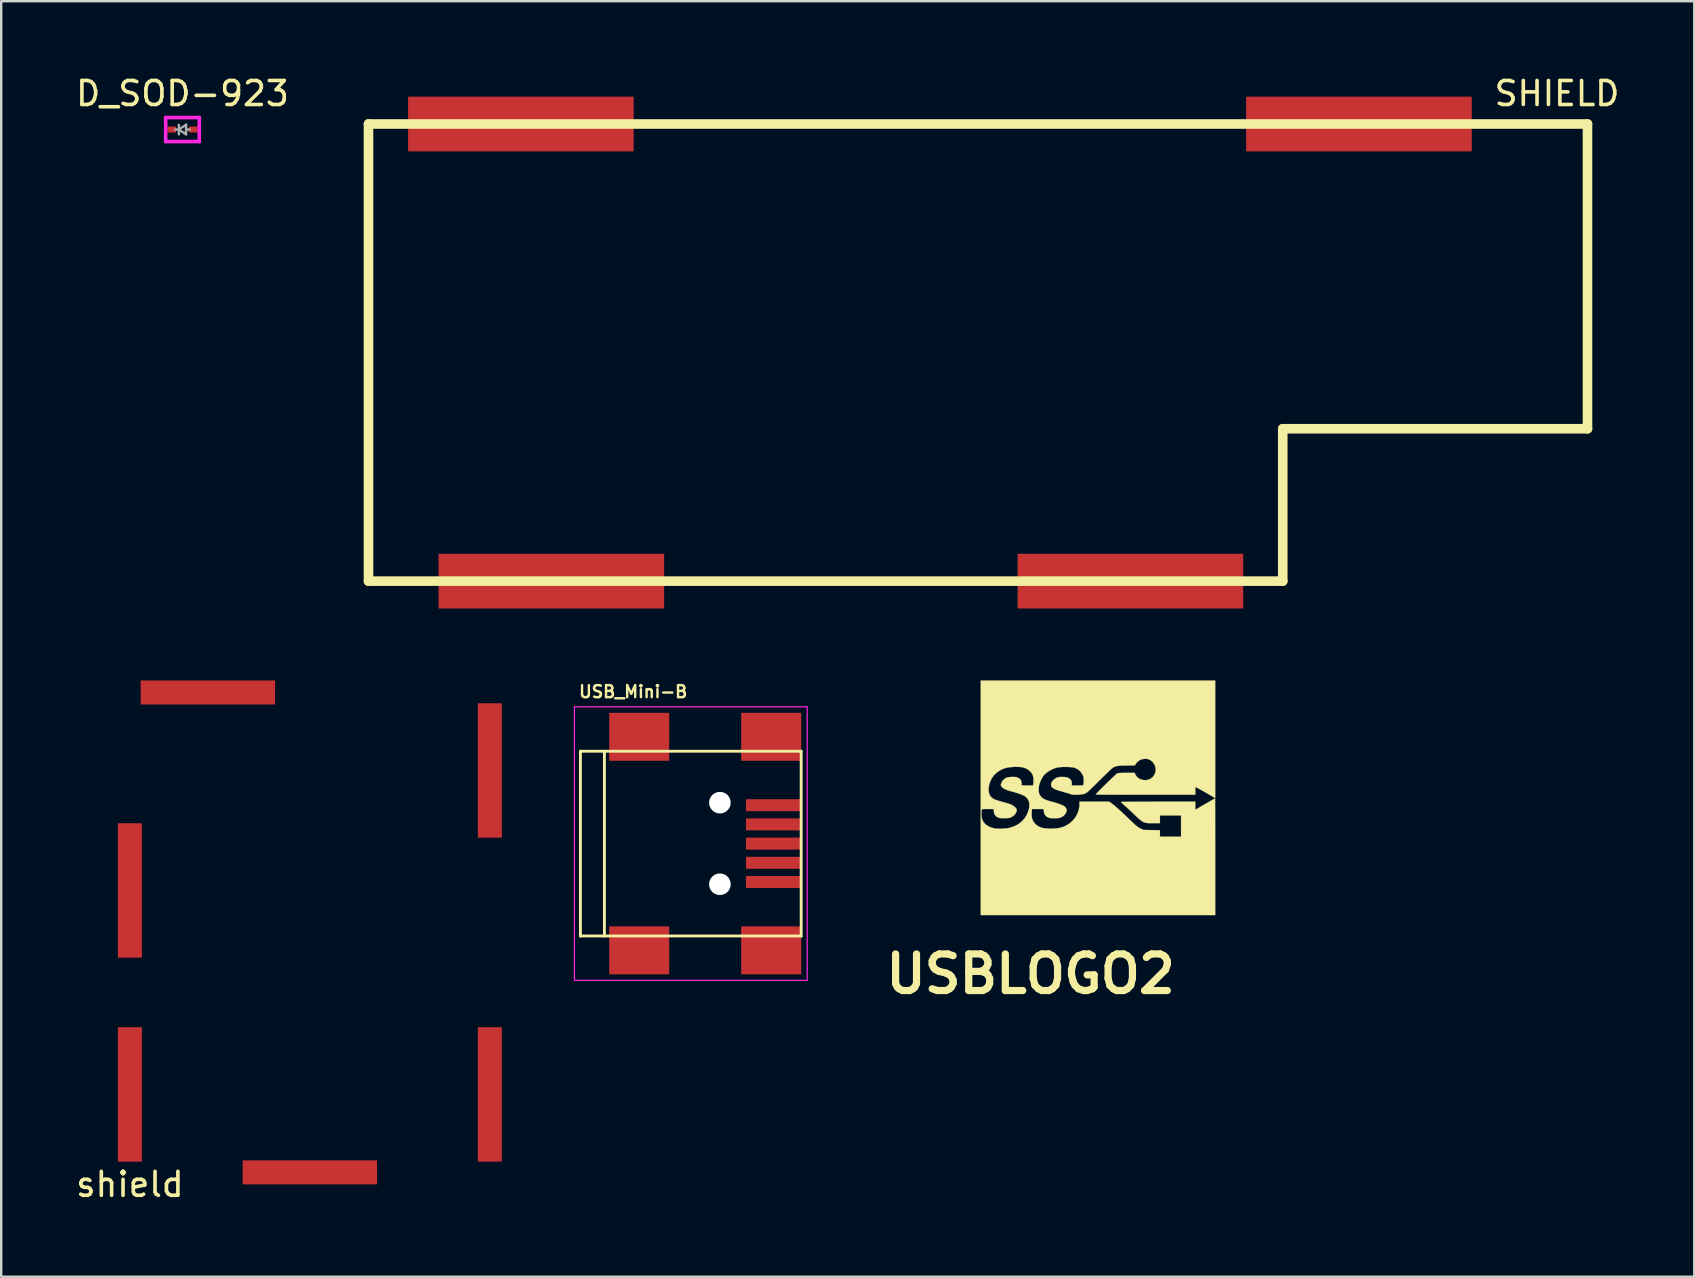
<source format=kicad_pcb>
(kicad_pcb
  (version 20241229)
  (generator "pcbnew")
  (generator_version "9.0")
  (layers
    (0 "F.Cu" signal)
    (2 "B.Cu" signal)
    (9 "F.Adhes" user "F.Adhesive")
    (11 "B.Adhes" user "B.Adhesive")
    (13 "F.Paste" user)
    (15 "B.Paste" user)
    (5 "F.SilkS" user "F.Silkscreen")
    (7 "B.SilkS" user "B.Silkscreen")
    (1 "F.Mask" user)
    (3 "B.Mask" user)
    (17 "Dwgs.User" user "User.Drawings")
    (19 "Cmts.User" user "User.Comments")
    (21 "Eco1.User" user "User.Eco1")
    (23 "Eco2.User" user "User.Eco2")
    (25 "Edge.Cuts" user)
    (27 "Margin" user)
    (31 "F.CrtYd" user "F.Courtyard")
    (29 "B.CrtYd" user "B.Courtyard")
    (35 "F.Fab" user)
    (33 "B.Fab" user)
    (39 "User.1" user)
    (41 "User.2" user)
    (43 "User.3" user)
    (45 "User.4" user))
  (footprint "USBLOGO2"
    (layer "F.Cu")
    (at 42.698 30.19)
    (property "Reference" "USBLOGO2" (at -2.8 7.35 0) (layer "F.SilkS") (effects (font (size 1.524 1.524) (thickness 0.3))))
    (attr through_hole)
    (fp_poly (pts (xy 4.894 0.02) (xy 4.83 -0.018) (xy 4.712 -0.087) (xy 4.594 -0.156) (xy 4.48 -0.223) (xy 4.372 -0.284) (xy 4.276 -0.338) (xy 4.195 -0.383) (xy 4.132 -0.416) (xy 4.092 -0.436) (xy 4.079 -0.44) (xy 4.072 -0.425) (xy 4.067 -0.382) (xy 4.064 -0.321) (xy 4.064 -0.279) (xy 4.064 -0.119) (xy 1.99 -0.119) (xy 1.728 -0.119) (xy 1.475 -0.119) (xy 1.234 -0.119) (xy 1.007 -0.12) (xy 0.796 -0.121) (xy 0.602 -0.122) (xy 0.428 -0.123) (xy 0.276 -0.125) (xy 0.148 -0.126) (xy 0.046 -0.127) (xy -0.028 -0.129) (xy -0.072 -0.131) (xy -0.085 -0.132) (xy -0.073 -0.149) (xy -0.04 -0.186) (xy 0.011 -0.239) (xy 0.077 -0.306) (xy 0.154 -0.384) (xy 0.239 -0.468) (xy 0.329 -0.557) (xy 0.42 -0.645) (xy 0.51 -0.732) (xy 0.594 -0.812) (xy 0.67 -0.884) (xy 0.733 -0.943) (xy 0.782 -0.986) (xy 0.812 -1.011) (xy 0.819 -1.015) (xy 0.852 -1.021) (xy 0.912 -1.026) (xy 0.996 -1.03) (xy 1.097 -1.032) (xy 1.201 -1.033) (xy 1.537 -1.033) (xy 1.559 -0.979) (xy 1.615 -0.886) (xy 1.692 -0.814) (xy 1.786 -0.763) (xy 1.89 -0.734) (xy 1.998 -0.728) (xy 2.105 -0.746) (xy 2.204 -0.79) (xy 2.283 -0.852) (xy 2.357 -0.949) (xy 2.4 -1.055) (xy 2.415 -1.166) (xy 2.402 -1.277) (xy 2.362 -1.381) (xy 2.296 -1.475) (xy 2.204 -1.554) (xy 2.161 -1.579) (xy 2.072 -1.61) (xy 1.968 -1.618) (xy 1.863 -1.605) (xy 1.768 -1.571) (xy 1.768 -1.571) (xy 1.697 -1.526) (xy 1.634 -1.47) (xy 1.587 -1.412) (xy 1.567 -1.373) (xy 1.562 -1.361) (xy 1.552 -1.352) (xy 1.533 -1.346) (xy 1.5 -1.342) (xy 1.449 -1.339) (xy 1.375 -1.338) (xy 1.274 -1.338) (xy 1.222 -1.338) (xy 1.072 -1.336) (xy 0.952 -1.332) (xy 0.855 -1.323) (xy 0.777 -1.309) (xy 0.712 -1.289) (xy 0.656 -1.263) (xy 0.618 -1.24) (xy 0.591 -1.217) (xy 0.543 -1.174) (xy 0.477 -1.113) (xy 0.397 -1.037) (xy 0.306 -0.948) (xy 0.207 -0.851) (xy 0.102 -0.748) (xy 0.102 -0.748) (xy -0.003 -0.644) (xy -0.102 -0.546) (xy -0.194 -0.456) (xy -0.274 -0.378) (xy -0.34 -0.315) (xy -0.389 -0.269) (xy -0.416 -0.244) (xy -0.473 -0.201) (xy -0.529 -0.17) (xy -0.592 -0.149) (xy -0.669 -0.135) (xy -0.769 -0.126) (xy -0.828 -0.123) (xy -0.919 -0.12) (xy -0.985 -0.119) (xy -1.036 -0.123) (xy -1.081 -0.131) (xy -1.128 -0.145) (xy -1.165 -0.159) (xy -1.233 -0.181) (xy -1.322 -0.208) (xy -1.418 -0.235) (xy -1.493 -0.255) (xy -1.627 -0.293) (xy -1.741 -0.333) (xy -1.832 -0.376) (xy -1.895 -0.417) (xy -1.921 -0.444) (xy -1.947 -0.508) (xy -1.944 -0.58) (xy -1.915 -0.653) (xy -1.863 -0.723) (xy -1.79 -0.784) (xy -1.743 -0.811) (xy -1.69 -0.836) (xy -1.644 -0.852) (xy -1.597 -0.86) (xy -1.534 -0.863) (xy -1.475 -0.863) (xy -1.361 -0.858) (xy -1.273 -0.842) (xy -1.204 -0.811) (xy -1.147 -0.765) (xy -1.13 -0.746) (xy -1.101 -0.704) (xy -1.087 -0.66) (xy -1.084 -0.6) (xy -1.084 -0.508) (xy -0.61 -0.508) (xy -0.598 -0.555) (xy -0.592 -0.594) (xy -0.588 -0.655) (xy -0.586 -0.725) (xy -0.586 -0.732) (xy -0.588 -0.807) (xy -0.597 -0.863) (xy -0.616 -0.917) (xy -0.645 -0.977) (xy -0.719 -1.086) (xy -0.817 -1.172) (xy -0.94 -1.235) (xy -0.982 -1.249) (xy -1.044 -1.262) (xy -1.132 -1.271) (xy -1.237 -1.277) (xy -1.349 -1.279) (xy -1.461 -1.277) (xy -1.565 -1.271) (xy -1.651 -1.261) (xy -1.684 -1.255) (xy -1.841 -1.206) (xy -1.993 -1.132) (xy -2.131 -1.039) (xy -2.239 -0.94) (xy -2.284 -0.879) (xy -2.333 -0.797) (xy -2.379 -0.703) (xy -2.417 -0.611) (xy -2.431 -0.567) (xy -2.453 -0.468) (xy -2.462 -0.363) (xy -2.459 -0.262) (xy -2.445 -0.176) (xy -2.427 -0.127) (xy -2.379 -0.054) (xy -2.32 0.006) (xy -2.243 0.057) (xy -2.143 0.101) (xy -2.015 0.143) (xy -1.981 0.152) (xy -1.823 0.196) (xy -1.695 0.234) (xy -1.593 0.268) (xy -1.511 0.299) (xy -1.447 0.33) (xy -1.396 0.362) (xy -1.355 0.396) (xy -1.33 0.422) (xy -1.3 0.479) (xy -1.297 0.548) (xy -1.318 0.621) (xy -1.36 0.693) (xy -1.422 0.757) (xy -1.446 0.774) (xy -1.514 0.815) (xy -1.583 0.842) (xy -1.66 0.857) (xy -1.755 0.862) (xy -1.846 0.861) (xy -1.929 0.857) (xy -1.989 0.851) (xy -2.033 0.841) (xy -2.072 0.826) (xy -2.104 0.808) (xy -2.172 0.757) (xy -2.216 0.695) (xy -2.241 0.614) (xy -2.247 0.565) (xy -2.257 0.474) (xy -2.741 0.474) (xy -2.752 0.586) (xy -2.757 0.74) (xy -2.736 0.873) (xy -2.688 0.988) (xy -2.63 1.067) (xy -2.55 1.144) (xy -2.465 1.203) (xy -2.367 1.245) (xy -2.252 1.273) (xy -2.115 1.288) (xy -1.956 1.293) (xy -1.798 1.288) (xy -1.665 1.275) (xy -1.547 1.252) (xy -1.436 1.216) (xy -1.329 1.169) (xy -1.178 1.077) (xy -1.046 0.962) (xy -0.936 0.827) (xy -0.85 0.676) (xy -0.792 0.515) (xy -0.764 0.346) (xy -0.762 0.284) (xy -0.762 0.169) (xy 0.47 0.169) (xy 0.57 0.236) (xy 0.639 0.287) (xy 0.731 0.363) (xy 0.846 0.464) (xy 0.984 0.589) (xy 1.144 0.74) (xy 1.328 0.915) (xy 1.354 0.94) (xy 1.451 1.033) (xy 1.529 1.106) (xy 1.592 1.162) (xy 1.644 1.204) (xy 1.689 1.236) (xy 1.732 1.262) (xy 1.777 1.285) (xy 1.905 1.346) (xy 2.248 1.352) (xy 2.591 1.357) (xy 2.591 1.491) (xy 2.591 1.626) (xy 3.471 1.626) (xy 3.471 0.745) (xy 2.591 0.745) (xy 2.591 1.067) (xy 2.325 1.067) (xy 2.215 1.067) (xy 2.123 1.064) (xy 2.045 1.057) (xy 1.978 1.044) (xy 1.916 1.022) (xy 1.854 0.989) (xy 1.788 0.942) (xy 1.714 0.881) (xy 1.626 0.801) (xy 1.521 0.701) (xy 1.463 0.645) (xy 1.38 0.567) (xy 1.292 0.485) (xy 1.208 0.407) (xy 1.135 0.342) (xy 1.113 0.322) (xy 1.055 0.27) (xy 1.008 0.226) (xy 0.977 0.195) (xy 0.966 0.182) (xy 0.983 0.18) (xy 1.031 0.178) (xy 1.108 0.177) (xy 1.211 0.175) (xy 1.34 0.174) (xy 1.49 0.173) (xy 1.66 0.171) (xy 1.847 0.171) (xy 2.049 0.17) (xy 2.263 0.17) (xy 2.488 0.169) (xy 2.515 0.169) (xy 4.064 0.169) (xy 4.064 0.33) (xy 4.065 0.41) (xy 4.069 0.46) (xy 4.077 0.486) (xy 4.086 0.491) (xy 4.118 0.48) (xy 4.124 0.476) (xy 4.144 0.462) (xy 4.187 0.435) (xy 4.249 0.398) (xy 4.325 0.355) (xy 4.369 0.329) (xy 4.463 0.275) (xy 4.56 0.219) (xy 4.65 0.167) (xy 4.724 0.124) (xy 4.74 0.116) (xy 4.801 0.081) (xy 4.85 0.053) (xy 4.881 0.037) (xy 4.888 0.034) (xy 4.888 0.05) (xy 4.889 0.099) (xy 4.89 0.178) (xy 4.89 0.285) (xy 4.891 0.418) (xy 4.891 0.575) (xy 4.892 0.755) (xy 4.892 0.956) (xy 4.893 1.176) (xy 4.893 1.412) (xy 4.893 1.663) (xy 4.894 1.927) (xy 4.894 2.203) (xy 4.894 2.464) (xy 4.894 4.894) (xy -4.877 4.894) (xy -4.877 0.621) (xy -4.846 0.621) (xy -4.845 0.699) (xy -4.842 0.777) (xy -4.834 0.842) (xy -4.828 0.872) (xy -4.78 0.989) (xy -4.702 1.09) (xy -4.599 1.172) (xy -4.47 1.236) (xy -4.318 1.279) (xy -4.275 1.286) (xy -4.18 1.295) (xy -4.063 1.297) (xy -3.938 1.292) (xy -3.814 1.281) (xy -3.704 1.265) (xy -3.653 1.254) (xy -3.472 1.192) (xy -3.309 1.105) (xy -3.167 0.995) (xy -3.049 0.863) (xy -2.968 0.734) (xy -2.9 0.58) (xy -2.86 0.436) (xy -2.848 0.302) (xy -2.863 0.181) (xy -2.905 0.076) (xy -2.974 -0.011) (xy -3.024 -0.052) (xy -3.081 -0.084) (xy -3.164 -0.12) (xy -3.268 -0.16) (xy -3.386 -0.199) (xy -3.511 -0.237) (xy -3.632 -0.269) (xy -3.77 -0.31) (xy -3.881 -0.356) (xy -3.964 -0.408) (xy -4.017 -0.463) (xy -4.039 -0.521) (xy -4.036 -0.557) (xy -3.994 -0.663) (xy -3.925 -0.751) (xy -3.832 -0.817) (xy -3.78 -0.839) (xy -3.734 -0.85) (xy -3.665 -0.858) (xy -3.586 -0.862) (xy -3.555 -0.863) (xy -3.473 -0.862) (xy -3.414 -0.857) (xy -3.368 -0.846) (xy -3.325 -0.829) (xy -3.319 -0.826) (xy -3.245 -0.778) (xy -3.2 -0.721) (xy -3.179 -0.648) (xy -3.176 -0.602) (xy -3.175 -0.508) (xy -2.936 -0.508) (xy -2.697 -0.508) (xy -2.686 -0.572) (xy -2.676 -0.692) (xy -2.682 -0.814) (xy -2.702 -0.916) (xy -2.728 -0.982) (xy -2.768 -1.041) (xy -2.817 -1.093) (xy -2.905 -1.166) (xy -3.001 -1.22) (xy -3.11 -1.257) (xy -3.237 -1.277) (xy -3.388 -1.283) (xy -3.488 -1.281) (xy -3.634 -1.271) (xy -3.755 -1.254) (xy -3.861 -1.228) (xy -3.961 -1.192) (xy -4.049 -1.149) (xy -4.2 -1.053) (xy -4.325 -0.934) (xy -4.424 -0.794) (xy -4.497 -0.633) (xy -4.521 -0.55) (xy -4.549 -0.397) (xy -4.548 -0.262) (xy -4.52 -0.145) (xy -4.464 -0.047) (xy -4.38 0.031) (xy -4.321 0.066) (xy -4.283 0.082) (xy -4.219 0.104) (xy -4.137 0.13) (xy -4.044 0.158) (xy -3.978 0.177) (xy -3.882 0.204) (xy -3.794 0.23) (xy -3.721 0.252) (xy -3.669 0.268) (xy -3.649 0.275) (xy -3.573 0.31) (xy -3.5 0.357) (xy -3.439 0.407) (xy -3.398 0.454) (xy -3.392 0.465) (xy -3.376 0.504) (xy -3.374 0.535) (xy -3.385 0.575) (xy -3.393 0.597) (xy -3.444 0.69) (xy -3.523 0.766) (xy -3.601 0.813) (xy -3.639 0.831) (xy -3.675 0.843) (xy -3.718 0.85) (xy -3.775 0.854) (xy -3.855 0.855) (xy -3.895 0.855) (xy -3.986 0.854) (xy -4.052 0.852) (xy -4.099 0.846) (xy -4.136 0.836) (xy -4.17 0.821) (xy -4.177 0.817) (xy -4.255 0.762) (xy -4.304 0.691) (xy -4.329 0.6) (xy -4.332 0.573) (xy -4.339 0.474) (xy -4.581 0.474) (xy -4.677 0.474) (xy -4.743 0.476) (xy -4.787 0.479) (xy -4.813 0.484) (xy -4.827 0.493) (xy -4.834 0.506) (xy -4.835 0.509) (xy -4.842 0.554) (xy -4.846 0.621) (xy -4.877 0.621) (xy -4.877 -4.877) (xy 4.894 -4.877) (xy 4.894 0.02)) (stroke (width 0.01) (type solid)) (fill yes) (layer "F.SilkS")))
  (footprint "USB_Mini-B"
    (layer "F.Cu")
    (at 26.388 32.106)
    (property "Reference" "USB_Mini-B" (at -3.051 -6.33 0) (layer "F.SilkS") (effects (font (size 0.5 0.5) (thickness 0.1))))
    (attr smd)
    (fp_line (start -5.25 -3.85) (end -5.25 3.85) (stroke (width 0.12) (type solid)) (layer "F.SilkS"))
    (fp_line (start -5.25 3.85) (end 3.95 3.85) (stroke (width 0.12) (type solid)) (layer "F.SilkS"))
    (fp_line (start -4.25 -3.85) (end -4.25 3.85) (stroke (width 0.12) (type solid)) (layer "F.SilkS"))
    (fp_line (start 3.95 -3.85) (end -5.25 -3.85) (stroke (width 0.12) (type solid)) (layer "F.SilkS"))
    (fp_line (start 3.95 3.85) (end 3.95 -3.85) (stroke (width 0.12) (type solid)) (layer "F.SilkS"))
    (fp_line (start -5.5 -5.7) (end 4.2 -5.7) (stroke (width 0.05) (type solid)) (layer "F.CrtYd"))
    (fp_line (start -5.5 5.7) (end -5.5 -5.7) (stroke (width 0.05) (type solid)) (layer "F.CrtYd"))
    (fp_line (start 4.2 -5.7) (end 4.2 5.7) (stroke (width 0.05) (type solid)) (layer "F.CrtYd"))
    (fp_line (start 4.2 5.7) (end -5.5 5.7) (stroke (width 0.05) (type solid)) (layer "F.CrtYd"))
    (pad "" np_thru_hole circle (at 0.563 -1.706) (size 0.9 0.9) (drill 0.9) (layers "*.Cu" "*.Mask"))
    (pad "" np_thru_hole circle (at 0.563 1.694) (size 0.9 0.9) (drill 0.9) (layers "*.Cu" "*.Mask"))
    (pad "1" smd rect (at 2.8 -1.6) (size 2.3 0.5) (layers "F.Cu" "F.Mask" "F.Paste"))
    (pad "2" smd rect (at 2.8 -0.8) (size 2.3 0.5) (layers "F.Cu" "F.Mask" "F.Paste"))
    (pad "3" smd rect (at 2.8 0) (size 2.3 0.5) (layers "F.Cu" "F.Mask" "F.Paste"))
    (pad "4" smd rect (at 2.8 0.8) (size 2.3 0.5) (layers "F.Cu" "F.Mask" "F.Paste"))
    (pad "5" smd rect (at 2.8 1.6) (size 2.3 0.5) (layers "F.Cu" "F.Mask" "F.Paste"))
    (pad "6" smd rect (at -2.8 -4.45) (size 2.5 2) (layers "F.Cu" "F.Mask" "F.Paste"))
    (pad "6" smd rect (at -2.8 4.45) (size 2.5 2) (layers "F.Cu" "F.Mask" "F.Paste"))
    (pad "6" smd rect (at 2.7 -4.45) (size 2.5 2) (layers "F.Cu" "F.Mask" "F.Paste"))
    (pad "6" smd rect (at 2.7 4.45) (size 2.5 2) (layers "F.Cu" "F.Mask" "F.Paste")))
  (footprint "shield"
    (layer "F.Cu")
    (at 2.363 45.808)
    (property "Reference" "shield" (at 0 0.5 0) (layer "F.SilkS") (effects (font (size 1 1) (thickness 0.15))))
    (attr through_hole)
    (pad "1" smd rect (at 0 -3.25 90) (size 5.6 1) (layers "F.Cu" "F.Mask" "F.Paste"))
    (pad "2" smd rect (at 0 -11.75 90) (size 5.6 1) (layers "F.Cu" "F.Mask" "F.Paste"))
    (pad "3" smd rect (at 3.25 -20) (size 5.6 1) (layers "F.Cu" "F.Mask" "F.Paste"))
    (pad "4" smd rect (at 15 -16.75 90) (size 5.6 1) (layers "F.Cu" "F.Mask" "F.Paste"))
    (pad "5" smd rect (at 15 -3.25 90) (size 5.6 1) (layers "F.Cu" "F.Mask" "F.Paste"))
    (pad "6" smd rect (at 7.5 0) (size 5.6 1) (layers "F.Cu" "F.Mask" "F.Paste")))
  (footprint "SHIELD"
    (layer "F.Cu")
    (at 25.007 2.118)
    (property "Reference" "SHIELD" (at 36.83 -1.27 0) (layer "F.SilkS") (effects (font (size 1 1) (thickness 0.15))))
    (attr through_hole)
    (fp_line (start -12.7 0) (end 38.1 0) (stroke (width 0.4) (type solid)) (layer "F.SilkS"))
    (fp_line (start -12.7 19.05) (end -12.7 0) (stroke (width 0.4) (type solid)) (layer "F.SilkS"))
    (fp_line (start 25.4 12.7) (end 38.1 12.7) (stroke (width 0.4) (type solid)) (layer "F.SilkS"))
    (fp_line (start 25.4 19.05) (end -12.7 19.05) (stroke (width 0.4) (type solid)) (layer "F.SilkS"))
    (fp_line (start 25.4 19.05) (end 25.4 12.7) (stroke (width 0.4) (type solid)) (layer "F.SilkS"))
    (fp_line (start 38.1 0) (end 38.1 12.7) (stroke (width 0.4) (type solid)) (layer "F.SilkS"))
    (pad "1" smd rect (at -6.35 0 90) (size 2.28 9.4) (layers "F.Cu" "F.Mask" "F.Paste"))
    (pad "1" smd rect (at -5.08 19.05 90) (size 2.28 9.4) (layers "F.Cu" "F.Mask" "F.Paste"))
    (pad "1" smd rect (at 19.05 19.05 90) (size 2.28 9.4) (layers "F.Cu" "F.Mask" "F.Paste"))
    (pad "1" smd rect (at 28.575 0 90) (size 2.28 9.4) (layers "F.Cu" "F.Mask" "F.Paste")))
  (footprint "D_SOD-923"
    (layer "F.Cu")
    (at 4.554 2.348)
    (property "Reference" "D_SOD-923" (at 0 -1.5 0) (layer "F.SilkS") (effects (font (size 1 1) (thickness 0.15))))
    (attr smd)
    (fp_line (start -0.7 -0.5) (end -0.7 0.5) (stroke (width 0.15) (type solid)) (layer "F.CrtYd"))
    (fp_line (start -0.7 0.5) (end 0.7 0.5) (stroke (width 0.15) (type solid)) (layer "F.CrtYd"))
    (fp_line (start 0.7 -0.5) (end -0.7 -0.5) (stroke (width 0.15) (type solid)) (layer "F.CrtYd"))
    (fp_line (start 0.7 0.5) (end 0.7 -0.5) (stroke (width 0.15) (type solid)) (layer "F.CrtYd"))
    (fp_line (start -0.15 0) (end -0.3 0) (stroke (width 0.1) (type solid)) (layer "F.Fab"))
    (fp_line (start -0.15 0) (end 0.15 0.2) (stroke (width 0.1) (type solid)) (layer "F.Fab"))
    (fp_line (start -0.15 0.2) (end -0.15 -0.2) (stroke (width 0.1) (type solid)) (layer "F.Fab"))
    (fp_line (start 0.15 -0.2) (end -0.15 0) (stroke (width 0.1) (type solid)) (layer "F.Fab"))
    (fp_line (start 0.15 0) (end 0.3 0) (stroke (width 0.1) (type solid)) (layer "F.Fab"))
    (fp_line (start 0.15 0.2) (end 0.15 -0.2) (stroke (width 0.1) (type solid)) (layer "F.Fab"))
    (pad "1" smd rect (at -0.45 0 180) (size 0.36 0.25) (layers "F.Cu" "F.Mask" "F.Paste"))
    (pad "2" smd rect (at 0.45 0 180) (size 0.36 0.25) (layers "F.Cu" "F.Mask" "F.Paste")))
  (gr_rect
    (start -3 -3)
    (end 67.557 50.157)
    (stroke (width 0.1) (type default))
    (fill no)
    (layer "Edge.Cuts")))
</source>
